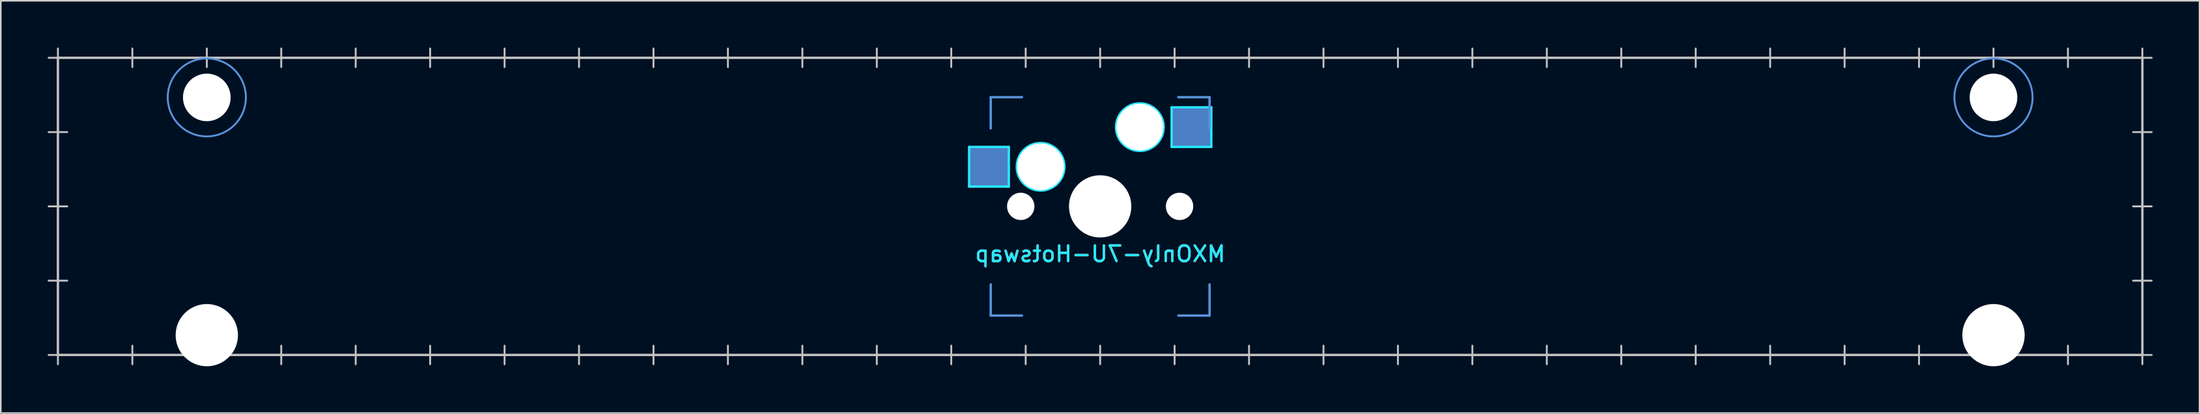
<source format=kicad_pcb>
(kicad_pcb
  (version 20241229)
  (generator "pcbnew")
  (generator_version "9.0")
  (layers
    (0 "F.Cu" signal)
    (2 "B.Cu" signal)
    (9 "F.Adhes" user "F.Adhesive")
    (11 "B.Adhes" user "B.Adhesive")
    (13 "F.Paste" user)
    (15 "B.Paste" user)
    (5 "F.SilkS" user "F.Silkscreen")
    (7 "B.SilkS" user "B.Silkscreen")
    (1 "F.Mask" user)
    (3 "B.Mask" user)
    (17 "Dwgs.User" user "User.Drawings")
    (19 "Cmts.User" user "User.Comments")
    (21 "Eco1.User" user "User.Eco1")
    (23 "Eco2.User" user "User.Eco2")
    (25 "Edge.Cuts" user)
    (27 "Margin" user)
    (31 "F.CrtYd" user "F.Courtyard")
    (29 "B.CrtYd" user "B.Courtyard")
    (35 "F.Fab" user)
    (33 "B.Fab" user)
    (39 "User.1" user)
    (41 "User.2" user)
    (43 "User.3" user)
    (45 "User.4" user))
  (footprint "MXOnly-7U-Hotswap"
    (layer "F.Cu")
    (at 67.33 10.18)
    (property "Reference" "MXOnly-7U-Hotswap" (at 0 3.048 0) (layer "B.CrtYd") (effects (font (size 1 1) (thickness 0.15)) (justify mirror)))
    (attr smd)
    (fp_line (start -67.27 -9.525) (end -66.675 -9.525) (stroke (width 0.12) (type solid)) (layer "Dwgs.User"))
    (fp_line (start -67.27 -0.000008) (end -66.08 -0.000008) (stroke (width 0.12) (type solid)) (layer "Dwgs.User"))
    (fp_line (start -67.27 4.762) (end -66.08 4.762) (stroke (width 0.12) (type solid)) (layer "Dwgs.User"))
    (fp_line (start -67.27 9.525) (end -66.675 9.525) (stroke (width 0.12) (type solid)) (layer "Dwgs.User"))
    (fp_line (start -66.675 10.12) (end -66.675 9.525) (stroke (width 0.12) (type solid)) (layer "Dwgs.User"))
    (fp_line (start -66.675 -10.12) (end -66.675 -9.525) (stroke (width 0.12) (type solid)) (layer "Dwgs.User"))
    (fp_line (start -66.675 -9.525) (end 66.675 -9.525) (stroke (width 0.15) (type solid)) (layer "Dwgs.User"))
    (fp_line (start -66.675 9.525) (end -66.675 -9.525) (stroke (width 0.15) (type solid)) (layer "Dwgs.User"))
    (fp_line (start -66.08 -4.763) (end -67.27 -4.763) (stroke (width 0.12) (type solid)) (layer "Dwgs.User"))
    (fp_line (start -61.913 8.93) (end -61.913 10.12) (stroke (width 0.12) (type solid)) (layer "Dwgs.User"))
    (fp_line (start -61.913 -10.12) (end -61.913 -8.93) (stroke (width 0.12) (type solid)) (layer "Dwgs.User"))
    (fp_line (start -57.15 8.93) (end -57.15 10.12) (stroke (width 0.12) (type solid)) (layer "Dwgs.User"))
    (fp_line (start -57.15 -10.12) (end -57.15 -8.93) (stroke (width 0.12) (type solid)) (layer "Dwgs.User"))
    (fp_line (start -52.388 10.12) (end -52.388 8.93) (stroke (width 0.12) (type solid)) (layer "Dwgs.User"))
    (fp_line (start -52.388 -8.93) (end -52.388 -10.12) (stroke (width 0.12) (type solid)) (layer "Dwgs.User"))
    (fp_line (start -47.625 8.93) (end -47.625 10.12) (stroke (width 0.12) (type solid)) (layer "Dwgs.User"))
    (fp_line (start -47.625 -10.12) (end -47.625 -8.93) (stroke (width 0.12) (type solid)) (layer "Dwgs.User"))
    (fp_line (start -42.863 10.12) (end -42.863 8.93) (stroke (width 0.12) (type solid)) (layer "Dwgs.User"))
    (fp_line (start -42.863 -8.93) (end -42.863 -10.12) (stroke (width 0.12) (type solid)) (layer "Dwgs.User"))
    (fp_line (start -38.1 8.93) (end -38.1 10.12) (stroke (width 0.12) (type solid)) (layer "Dwgs.User"))
    (fp_line (start -38.1 -10.12) (end -38.1 -8.93) (stroke (width 0.12) (type solid)) (layer "Dwgs.User"))
    (fp_line (start -33.338 10.12) (end -33.338 8.93) (stroke (width 0.12) (type solid)) (layer "Dwgs.User"))
    (fp_line (start -33.338 -8.93) (end -33.338 -10.12) (stroke (width 0.12) (type solid)) (layer "Dwgs.User"))
    (fp_line (start -28.575 8.93) (end -28.575 10.12) (stroke (width 0.12) (type solid)) (layer "Dwgs.User"))
    (fp_line (start -28.575 -10.12) (end -28.575 -8.93) (stroke (width 0.12) (type solid)) (layer "Dwgs.User"))
    (fp_line (start -23.813 10.12) (end -23.813 8.93) (stroke (width 0.12) (type solid)) (layer "Dwgs.User"))
    (fp_line (start -23.813 -8.93) (end -23.813 -10.12) (stroke (width 0.12) (type solid)) (layer "Dwgs.User"))
    (fp_line (start -19.05 8.93) (end -19.05 10.12) (stroke (width 0.12) (type solid)) (layer "Dwgs.User"))
    (fp_line (start -19.05 -10.12) (end -19.05 -8.93) (stroke (width 0.12) (type solid)) (layer "Dwgs.User"))
    (fp_line (start -14.288 10.12) (end -14.288 8.93) (stroke (width 0.12) (type solid)) (layer "Dwgs.User"))
    (fp_line (start -14.288 -8.93) (end -14.288 -10.12) (stroke (width 0.12) (type solid)) (layer "Dwgs.User"))
    (fp_line (start -9.525 -8.93) (end -9.525 -10.12) (stroke (width 0.12) (type solid)) (layer "Dwgs.User"))
    (fp_line (start -9.525 10.12) (end -9.525 8.93) (stroke (width 0.12) (type solid)) (layer "Dwgs.User"))
    (fp_line (start -4.763 -10.12) (end -4.763 -8.93) (stroke (width 0.12) (type solid)) (layer "Dwgs.User"))
    (fp_line (start -4.763 8.93) (end -4.763 10.12) (stroke (width 0.12) (type solid)) (layer "Dwgs.User"))
    (fp_line (start 0 -8.93) (end 0 -10.12) (stroke (width 0.12) (type solid)) (layer "Dwgs.User"))
    (fp_line (start 0 10.12) (end 0 8.93) (stroke (width 0.12) (type solid)) (layer "Dwgs.User"))
    (fp_line (start 4.763 -10.12) (end 4.763 -8.93) (stroke (width 0.12) (type solid)) (layer "Dwgs.User"))
    (fp_line (start 4.763 8.93) (end 4.763 10.12) (stroke (width 0.12) (type solid)) (layer "Dwgs.User"))
    (fp_line (start 9.525 -8.93) (end 9.525 -10.12) (stroke (width 0.12) (type solid)) (layer "Dwgs.User"))
    (fp_line (start 9.525 10.12) (end 9.525 8.93) (stroke (width 0.12) (type solid)) (layer "Dwgs.User"))
    (fp_line (start 14.288 -10.12) (end 14.288 -8.93) (stroke (width 0.12) (type solid)) (layer "Dwgs.User"))
    (fp_line (start 14.288 8.93) (end 14.288 10.12) (stroke (width 0.12) (type solid)) (layer "Dwgs.User"))
    (fp_line (start 19.05 -8.93) (end 19.05 -10.12) (stroke (width 0.12) (type solid)) (layer "Dwgs.User"))
    (fp_line (start 19.05 10.12) (end 19.05 8.93) (stroke (width 0.12) (type solid)) (layer "Dwgs.User"))
    (fp_line (start 23.813 -10.12) (end 23.813 -8.93) (stroke (width 0.12) (type solid)) (layer "Dwgs.User"))
    (fp_line (start 23.813 8.93) (end 23.813 10.12) (stroke (width 0.12) (type solid)) (layer "Dwgs.User"))
    (fp_line (start 28.575 -8.93) (end 28.575 -10.12) (stroke (width 0.12) (type solid)) (layer "Dwgs.User"))
    (fp_line (start 28.575 10.12) (end 28.575 8.93) (stroke (width 0.12) (type solid)) (layer "Dwgs.User"))
    (fp_line (start 33.338 -10.12) (end 33.338 -8.93) (stroke (width 0.12) (type solid)) (layer "Dwgs.User"))
    (fp_line (start 33.338 8.93) (end 33.338 10.12) (stroke (width 0.12) (type solid)) (layer "Dwgs.User"))
    (fp_line (start 38.1 -8.93) (end 38.1 -10.12) (stroke (width 0.12) (type solid)) (layer "Dwgs.User"))
    (fp_line (start 38.1 10.12) (end 38.1 8.93) (stroke (width 0.12) (type solid)) (layer "Dwgs.User"))
    (fp_line (start 42.863 -10.12) (end 42.863 -8.93) (stroke (width 0.12) (type solid)) (layer "Dwgs.User"))
    (fp_line (start 42.863 8.93) (end 42.863 10.12) (stroke (width 0.12) (type solid)) (layer "Dwgs.User"))
    (fp_line (start 47.625 -8.93) (end 47.625 -10.12) (stroke (width 0.12) (type solid)) (layer "Dwgs.User"))
    (fp_line (start 47.625 10.12) (end 47.625 8.93) (stroke (width 0.12) (type solid)) (layer "Dwgs.User"))
    (fp_line (start 52.388 -10.12) (end 52.388 -8.93) (stroke (width 0.12) (type solid)) (layer "Dwgs.User"))
    (fp_line (start 52.388 8.93) (end 52.388 10.12) (stroke (width 0.12) (type solid)) (layer "Dwgs.User"))
    (fp_line (start 57.15 -8.93) (end 57.15 -10.12) (stroke (width 0.12) (type solid)) (layer "Dwgs.User"))
    (fp_line (start 57.15 10.12) (end 57.15 8.93) (stroke (width 0.12) (type solid)) (layer "Dwgs.User"))
    (fp_line (start 61.913 -10.12) (end 61.913 -8.93) (stroke (width 0.12) (type solid)) (layer "Dwgs.User"))
    (fp_line (start 61.913 8.93) (end 61.913 10.12) (stroke (width 0.12) (type solid)) (layer "Dwgs.User"))
    (fp_line (start 66.08 4.763) (end 67.27 4.763) (stroke (width 0.12) (type solid)) (layer "Dwgs.User"))
    (fp_line (start 66.675 -9.525) (end 66.675 9.525) (stroke (width 0.15) (type solid)) (layer "Dwgs.User"))
    (fp_line (start 66.675 9.525) (end -66.675 9.525) (stroke (width 0.15) (type solid)) (layer "Dwgs.User"))
    (fp_line (start 66.675 10.12) (end 66.675 9.525) (stroke (width 0.12) (type solid)) (layer "Dwgs.User"))
    (fp_line (start 66.675 -10.12) (end 66.675 -9.525) (stroke (width 0.12) (type solid)) (layer "Dwgs.User"))
    (fp_line (start 67.27 -9.525) (end 66.675 -9.525) (stroke (width 0.12) (type solid)) (layer "Dwgs.User"))
    (fp_line (start 67.27 -4.763) (end 66.08 -4.763) (stroke (width 0.12) (type solid)) (layer "Dwgs.User"))
    (fp_line (start 67.27 0) (end 66.08 0) (stroke (width 0.12) (type solid)) (layer "Dwgs.User"))
    (fp_line (start 67.27 9.525) (end 66.675 9.525) (stroke (width 0.12) (type solid)) (layer "Dwgs.User"))
    (fp_line (start -7 -7) (end -7 -5) (stroke (width 0.15) (type solid)) (layer "Cmts.User"))
    (fp_line (start -7 7) (end -7 5) (stroke (width 0.15) (type solid)) (layer "Cmts.User"))
    (fp_line (start -5 -7) (end -7 -7) (stroke (width 0.15) (type solid)) (layer "Cmts.User"))
    (fp_line (start -5 7) (end -7 7) (stroke (width 0.15) (type solid)) (layer "Cmts.User"))
    (fp_line (start 5 -7) (end 7 -7) (stroke (width 0.15) (type solid)) (layer "Cmts.User"))
    (fp_line (start 7 -7) (end 7 -5) (stroke (width 0.15) (type solid)) (layer "Cmts.User"))
    (fp_line (start 7 5) (end 7 7) (stroke (width 0.15) (type solid)) (layer "Cmts.User"))
    (fp_line (start 7 7) (end 5 7) (stroke (width 0.15) (type solid)) (layer "Cmts.User"))
    (fp_circle (center -57.15 -6.985) (end -54.65 -6.985) (stroke (width 0.12) (type solid)) (fill no) (layer "Cmts.User"))
    (fp_circle (center 57.15 -6.985) (end 59.65 -6.985) (stroke (width 0.12) (type solid)) (fill no) (layer "Cmts.User"))
    (fp_line (start -8.382 -3.81) (end -5.842 -3.81) (stroke (width 0.15) (type solid)) (layer "B.CrtYd"))
    (fp_line (start -8.382 -1.27) (end -8.382 -3.81) (stroke (width 0.15) (type solid)) (layer "B.CrtYd"))
    (fp_line (start -5.842 -3.81) (end -5.842 -1.27) (stroke (width 0.15) (type solid)) (layer "B.CrtYd"))
    (fp_line (start -5.842 -1.27) (end -8.382 -1.27) (stroke (width 0.15) (type solid)) (layer "B.CrtYd"))
    (fp_line (start 4.572 -6.35) (end 7.112 -6.35) (stroke (width 0.15) (type solid)) (layer "B.CrtYd"))
    (fp_line (start 4.572 -3.81) (end 4.572 -6.35) (stroke (width 0.15) (type solid)) (layer "B.CrtYd"))
    (fp_line (start 7.112 -6.35) (end 7.112 -3.81) (stroke (width 0.15) (type solid)) (layer "B.CrtYd"))
    (fp_line (start 7.112 -3.81) (end 4.572 -3.81) (stroke (width 0.15) (type solid)) (layer "B.CrtYd"))
    (fp_circle (center -3.81 -2.54) (end -3.81 -4.064) (stroke (width 0.15) (type solid)) (fill no) (layer "B.CrtYd"))
    (fp_circle (center 2.54 -5.08) (end 2.54 -6.604) (stroke (width 0.15) (type solid)) (fill no) (layer "B.CrtYd"))
    (fp_text user "${REFERENCE}" (at 0 3.048 0) (layer "B.SilkS") (effects (font (size 1 1) (thickness 0.15)) (justify mirror)))
    (pad "" np_thru_hole circle (at -57.15 -6.985) (size 3.048 3.048) (drill 3.048) (layers "*.Cu" "*.Mask"))
    (pad "" np_thru_hole circle (at -57.15 8.255) (size 3.988 3.988) (drill 3.988) (layers "*.Cu" "*.Mask"))
    (pad "" np_thru_hole circle (at -5.08 0 48.1) (size 1.75 1.75) (drill 1.75) (layers "*.Cu" "*.Mask"))
    (pad "" np_thru_hole circle (at -3.81 -2.54) (size 3 3) (drill 3) (layers "*.Cu" "*.Mask"))
    (pad "" np_thru_hole circle (at 0 0) (size 3.988 3.988) (drill 3.988) (layers "*.Cu" "*.Mask"))
    (pad "" np_thru_hole circle (at 2.54 -5.08) (size 3 3) (drill 3) (layers "*.Cu" "*.Mask"))
    (pad "" np_thru_hole circle (at 5.08 0 48.1) (size 1.75 1.75) (drill 1.75) (layers "*.Cu" "*.Mask"))
    (pad "" np_thru_hole circle (at 57.15 -6.985) (size 3.048 3.048) (drill 3.048) (layers "*.Cu" "*.Mask"))
    (pad "" np_thru_hole circle (at 57.15 8.255) (size 3.988 3.988) (drill 3.988) (layers "*.Cu" "*.Mask"))
    (pad "1" smd rect (at -7.085 -2.54) (size 2.55 2.5) (layers "B.Cu" "B.Mask" "B.Paste"))
    (pad "2" smd rect (at 5.842 -5.08) (size 2.55 2.5) (layers "B.Cu" "B.Mask" "B.Paste")))
  (gr_rect
    (start -3 -3)
    (end 137.661 23.429)
    (stroke (width 0.1) (type default))
    (fill no)
    (layer "Edge.Cuts")))
</source>
